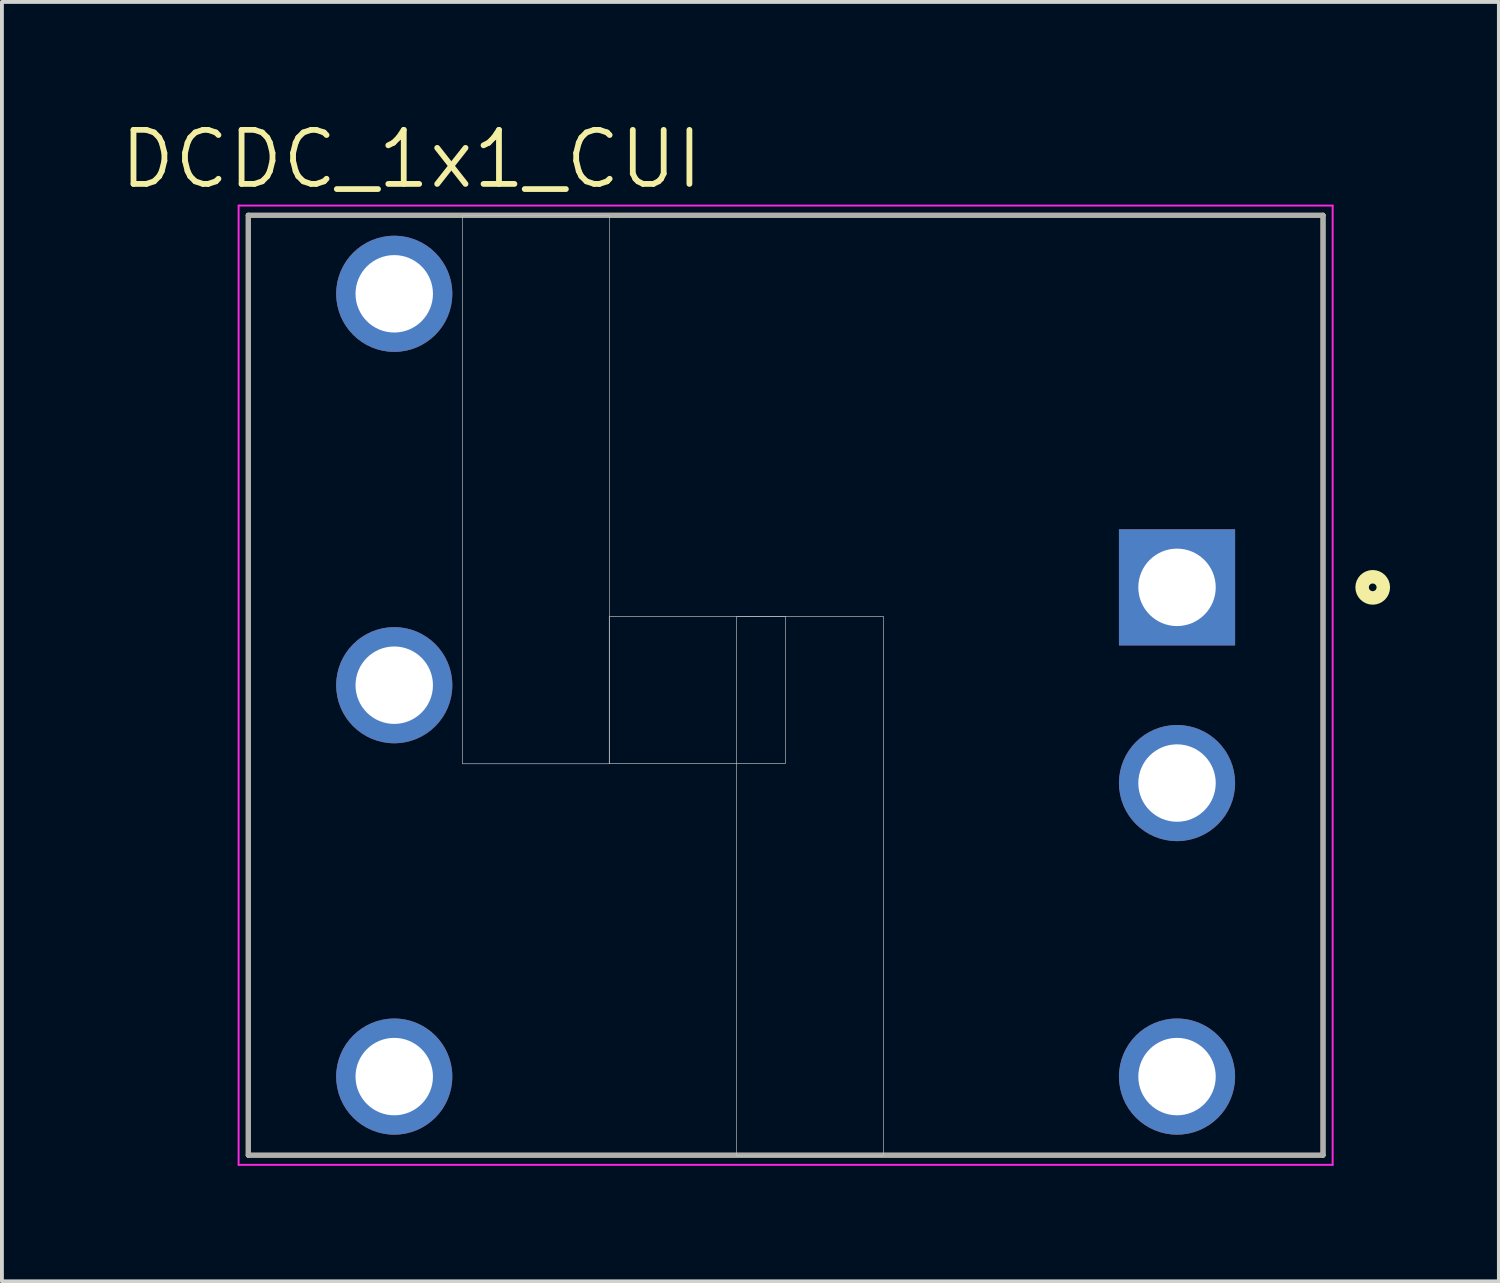
<source format=kicad_pcb>
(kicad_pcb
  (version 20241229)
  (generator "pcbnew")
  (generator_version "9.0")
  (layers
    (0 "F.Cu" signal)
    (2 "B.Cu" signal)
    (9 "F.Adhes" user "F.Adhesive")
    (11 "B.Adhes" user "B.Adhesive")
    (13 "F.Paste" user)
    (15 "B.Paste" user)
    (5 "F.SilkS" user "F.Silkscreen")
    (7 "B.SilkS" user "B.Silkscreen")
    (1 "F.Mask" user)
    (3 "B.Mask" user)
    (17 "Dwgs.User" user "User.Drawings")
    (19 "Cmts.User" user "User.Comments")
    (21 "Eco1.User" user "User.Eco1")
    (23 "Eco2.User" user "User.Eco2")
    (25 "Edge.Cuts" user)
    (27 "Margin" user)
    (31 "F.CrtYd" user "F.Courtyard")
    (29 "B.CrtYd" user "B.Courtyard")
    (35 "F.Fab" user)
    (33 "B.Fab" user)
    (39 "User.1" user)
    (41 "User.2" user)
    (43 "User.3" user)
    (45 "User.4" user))
  (footprint "DCDC_1x1_CUI"
    (layer "F.Cu")
    (at 17.344 14.737)
    (property "Reference" "DCDC_1x1_CUI" (at -9.713 -13.654 0) (layer "F.SilkS") (effects (font (size 1.403 1.403) (thickness 0.15))))
    (attr through_hole)
    (fp_line (start -13.95 -12.2) (end 13.95 -12.2) (stroke (width 0.127) (type solid)) (layer "F.SilkS"))
    (fp_line (start -13.95 12.2) (end -13.95 -12.2) (stroke (width 0.127) (type solid)) (layer "F.SilkS"))
    (fp_line (start 13.95 -12.2) (end 13.95 12.2) (stroke (width 0.127) (type solid)) (layer "F.SilkS"))
    (fp_line (start 13.95 12.2) (end -13.95 12.2) (stroke (width 0.127) (type solid)) (layer "F.SilkS"))
    (fp_circle (center 15.24 -2.54) (end 15.34 -2.54) (stroke (width 0.35) (type solid)) (fill no) (layer "F.SilkS"))
    (fp_poly (pts (xy -8.396 -12.2) (xy -4.572 -12.2) (xy -4.572 2.043) (xy -8.396 2.043)) (stroke (width 0.01) (type solid)) (fill no) (layer "Dwgs.User"))
    (fp_poly (pts (xy -8.385 -12.2) (xy -4.572 -12.2) (xy -4.572 2.041) (xy -8.385 2.041)) (stroke (width 0.01) (type solid)) (fill no) (layer "Dwgs.User"))
    (fp_poly (pts (xy -4.581 -1.786) (xy 0 -1.786) (xy 0 2.028) (xy -4.581 2.028)) (stroke (width 0.01) (type solid)) (fill no) (layer "Dwgs.User"))
    (fp_poly (pts (xy -4.581 -1.786) (xy 0 -1.786) (xy 0 2.028) (xy -4.581 2.028)) (stroke (width 0.01) (type solid)) (fill no) (layer "Dwgs.User"))
    (fp_poly (pts (xy -1.273 -1.786) (xy 2.54 -1.786) (xy 2.54 12.225) (xy -1.273 12.225)) (stroke (width 0.01) (type solid)) (fill no) (layer "Dwgs.User"))
    (fp_poly (pts (xy -1.272 -1.786) (xy 2.54 -1.786) (xy 2.54 12.215) (xy -1.272 12.215)) (stroke (width 0.01) (type solid)) (fill no) (layer "Dwgs.User"))
    (fp_line (start -14.2 -12.45) (end 14.2 -12.45) (stroke (width 0.05) (type solid)) (layer "F.CrtYd"))
    (fp_line (start -14.2 12.45) (end -14.2 -12.45) (stroke (width 0.05) (type solid)) (layer "F.CrtYd"))
    (fp_line (start 14.2 -12.45) (end 14.2 12.45) (stroke (width 0.05) (type solid)) (layer "F.CrtYd"))
    (fp_line (start 14.2 12.45) (end -14.2 12.45) (stroke (width 0.05) (type solid)) (layer "F.CrtYd"))
    (fp_line (start -13.95 -12.2) (end 13.95 -12.2) (stroke (width 0.127) (type solid)) (layer "F.Fab"))
    (fp_line (start -13.95 12.2) (end -13.95 -12.2) (stroke (width 0.127) (type solid)) (layer "F.Fab"))
    (fp_line (start 13.95 -12.2) (end 13.95 12.2) (stroke (width 0.127) (type solid)) (layer "F.Fab"))
    (fp_line (start 13.95 12.2) (end -13.95 12.2) (stroke (width 0.127) (type solid)) (layer "F.Fab"))
    (pad "1" thru_hole rect (at 10.16 -2.54) (size 3.015 3.015) (drill 2.01) (layers "*.Cu" "*.Mask"))
    (pad "2" thru_hole circle (at 10.16 2.54) (size 3.015 3.015) (drill 2.01) (layers "*.Cu" "*.Mask"))
    (pad "3" thru_hole circle (at -10.16 -10.16) (size 3.015 3.015) (drill 2.01) (layers "*.Cu" "*.Mask"))
    (pad "4" thru_hole circle (at -10.16 0) (size 3.015 3.015) (drill 2.01) (layers "*.Cu" "*.Mask"))
    (pad "5" thru_hole circle (at -10.16 10.16) (size 3.015 3.015) (drill 2.01) (layers "*.Cu" "*.Mask"))
    (pad "6" thru_hole circle (at 10.16 10.16) (size 3.015 3.015) (drill 2.01) (layers "*.Cu" "*.Mask")))
  (gr_rect
    (start -3 -3)
    (end 35.859 30.212)
    (stroke (width 0.1) (type default))
    (fill no)
    (layer "Edge.Cuts")))
</source>
